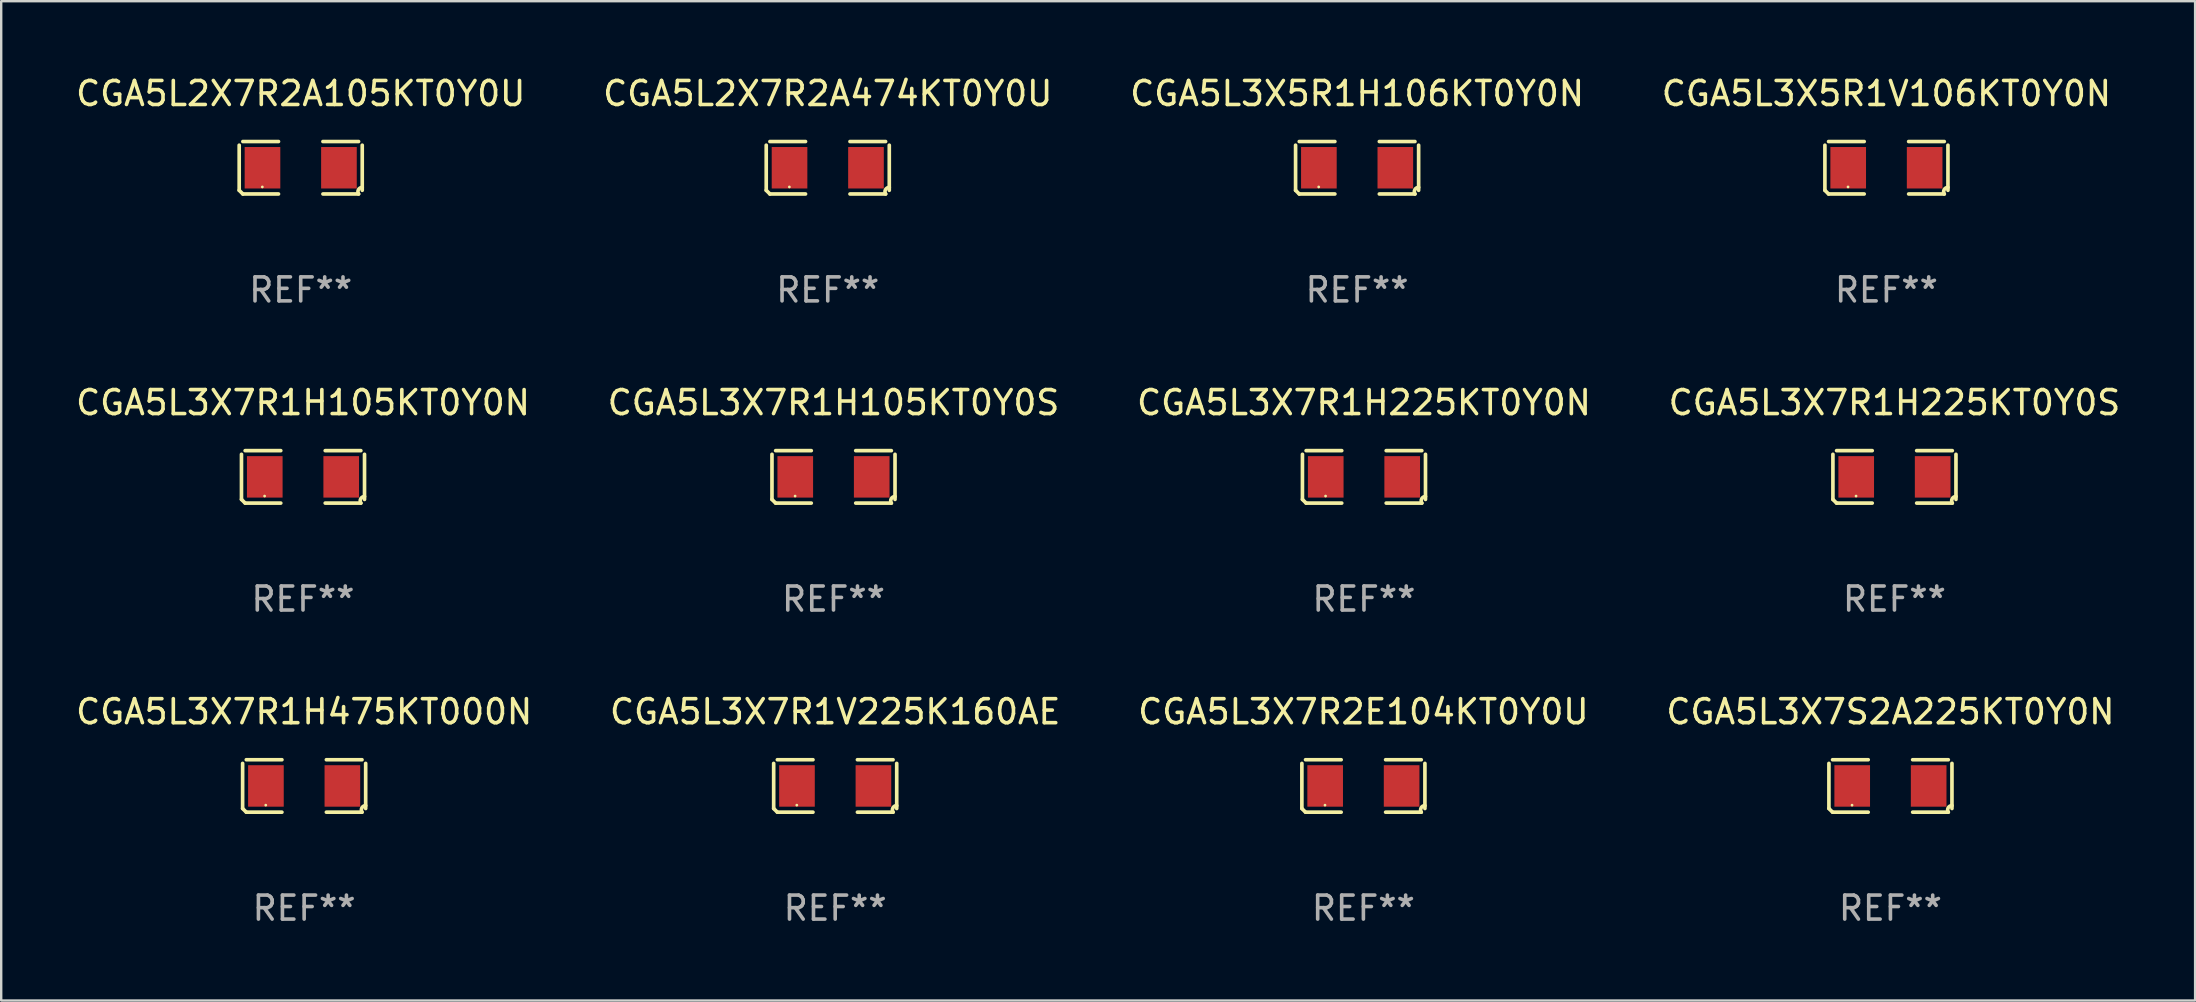
<source format=kicad_pcb>
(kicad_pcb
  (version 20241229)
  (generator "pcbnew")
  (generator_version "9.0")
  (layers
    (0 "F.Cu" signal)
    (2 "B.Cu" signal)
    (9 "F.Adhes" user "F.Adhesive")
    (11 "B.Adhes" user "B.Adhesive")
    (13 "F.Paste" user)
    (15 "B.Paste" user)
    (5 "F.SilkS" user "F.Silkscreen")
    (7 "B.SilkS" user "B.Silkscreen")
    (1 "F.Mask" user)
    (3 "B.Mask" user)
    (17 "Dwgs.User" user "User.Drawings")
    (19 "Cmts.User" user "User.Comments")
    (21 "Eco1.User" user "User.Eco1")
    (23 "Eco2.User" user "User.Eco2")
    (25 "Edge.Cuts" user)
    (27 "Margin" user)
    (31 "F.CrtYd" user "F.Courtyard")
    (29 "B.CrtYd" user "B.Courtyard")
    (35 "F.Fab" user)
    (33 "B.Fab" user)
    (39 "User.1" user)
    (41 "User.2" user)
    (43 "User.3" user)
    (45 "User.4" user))
  (footprint "CGA5L3X7R1H105KT0Y0N"
    (layer "F.Cu")
    (at 9.577 16.823)
    (property "Reference" "CGA5L3X7R1H105KT0Y0N" (at 0 -3.093 0) (layer "F.SilkS") (effects (font (size 1 1) (thickness 0.15))))
    (attr through_hole)
    (fp_line (start -2.564 0.94) (end -2.564 -0.94) (stroke (width 0.152) (type solid)) (layer "F.SilkS"))
    (fp_line (start -2.411 -1.093) (end -0.926 -1.093) (stroke (width 0.152) (type solid)) (layer "F.SilkS"))
    (fp_line (start -0.926 1.093) (end -2.411 1.093) (stroke (width 0.152) (type solid)) (layer "F.SilkS"))
    (fp_line (start 0.926 1.093) (end 2.411 1.093) (stroke (width 0.152) (type solid)) (layer "F.SilkS"))
    (fp_line (start 2.411 -1.093) (end 0.926 -1.093) (stroke (width 0.152) (type solid)) (layer "F.SilkS"))
    (fp_line (start 2.564 0.94) (end 2.564 -0.94) (stroke (width 0.152) (type solid)) (layer "F.SilkS"))
    (fp_arc (start -2.411201 1.092609) (mid -2.487413 1.01642) (end -2.563602 0.940208) (stroke (width 0.1524) (type solid)) (layer "F.SilkS"))
    (fp_arc (start 2.411201 1.092609) (mid 2.407159 0.911226) (end 2.563602 0.819347) (stroke (width 0.1524) (type solid)) (layer "F.SilkS"))
    (fp_circle (center -1.6 0.8) (end -1.57 0.8) (stroke (width 0.06) (type solid)) (fill no) (layer "F.SilkS"))
    (fp_text user "REF**" (at 0 5.093 0) (layer "F.Fab") (effects (font (size 1 1) (thickness 0.15))))
    (pad "1" smd rect (at -1.593 0) (size 1.485 1.728) (layers "F.Cu" "F.Mask" "F.Paste"))
    (pad "2" smd rect (at 1.593 0) (size 1.485 1.728) (layers "F.Cu" "F.Mask" "F.Paste")))
  (footprint "CGA5L3X7R1V225K160AE"
    (layer "F.Cu")
    (at 31.756 29.704)
    (property "Reference" "CGA5L3X7R1V225K160AE" (at 0 -3.093 0) (layer "F.SilkS") (effects (font (size 1 1) (thickness 0.15))))
    (attr through_hole)
    (fp_line (start -2.564 0.94) (end -2.564 -0.94) (stroke (width 0.152) (type solid)) (layer "F.SilkS"))
    (fp_line (start -2.411 -1.093) (end -0.926 -1.093) (stroke (width 0.152) (type solid)) (layer "F.SilkS"))
    (fp_line (start -0.926 1.093) (end -2.411 1.093) (stroke (width 0.152) (type solid)) (layer "F.SilkS"))
    (fp_line (start 0.926 1.093) (end 2.411 1.093) (stroke (width 0.152) (type solid)) (layer "F.SilkS"))
    (fp_line (start 2.411 -1.093) (end 0.926 -1.093) (stroke (width 0.152) (type solid)) (layer "F.SilkS"))
    (fp_line (start 2.564 0.94) (end 2.564 -0.94) (stroke (width 0.152) (type solid)) (layer "F.SilkS"))
    (fp_arc (start -2.411201 1.092609) (mid -2.487413 1.01642) (end -2.563602 0.940208) (stroke (width 0.1524) (type solid)) (layer "F.SilkS"))
    (fp_arc (start 2.411201 1.092609) (mid 2.407159 0.911226) (end 2.563602 0.819347) (stroke (width 0.1524) (type solid)) (layer "F.SilkS"))
    (fp_circle (center -1.6 0.8) (end -1.57 0.8) (stroke (width 0.06) (type solid)) (fill no) (layer "F.SilkS"))
    (fp_text user "REF**" (at 0 5.093 0) (layer "F.Fab") (effects (font (size 1 1) (thickness 0.15))))
    (pad "1" smd rect (at -1.593 0) (size 1.485 1.728) (layers "F.Cu" "F.Mask" "F.Paste"))
    (pad "2" smd rect (at 1.593 0) (size 1.485 1.728) (layers "F.Cu" "F.Mask" "F.Paste")))
  (footprint "CGA5L2X7R2A105KT0Y0U"
    (layer "F.Cu")
    (at 9.482 3.941)
    (property "Reference" "CGA5L2X7R2A105KT0Y0U" (at 0 -3.093 0) (layer "F.SilkS") (effects (font (size 1 1) (thickness 0.15))))
    (attr through_hole)
    (fp_line (start -2.564 0.94) (end -2.564 -0.94) (stroke (width 0.152) (type solid)) (layer "F.SilkS"))
    (fp_line (start -2.411 -1.093) (end -0.926 -1.093) (stroke (width 0.152) (type solid)) (layer "F.SilkS"))
    (fp_line (start -0.926 1.093) (end -2.411 1.093) (stroke (width 0.152) (type solid)) (layer "F.SilkS"))
    (fp_line (start 0.926 1.093) (end 2.411 1.093) (stroke (width 0.152) (type solid)) (layer "F.SilkS"))
    (fp_line (start 2.411 -1.093) (end 0.926 -1.093) (stroke (width 0.152) (type solid)) (layer "F.SilkS"))
    (fp_line (start 2.564 0.94) (end 2.564 -0.94) (stroke (width 0.152) (type solid)) (layer "F.SilkS"))
    (fp_arc (start -2.411201 1.092609) (mid -2.487413 1.01642) (end -2.563602 0.940208) (stroke (width 0.1524) (type solid)) (layer "F.SilkS"))
    (fp_arc (start 2.411201 1.092609) (mid 2.407159 0.911226) (end 2.563602 0.819347) (stroke (width 0.1524) (type solid)) (layer "F.SilkS"))
    (fp_circle (center -1.6 0.8) (end -1.57 0.8) (stroke (width 0.06) (type solid)) (fill no) (layer "F.SilkS"))
    (fp_text user "REF**" (at 0 5.093 0) (layer "F.Fab") (effects (font (size 1 1) (thickness 0.15))))
    (pad "1" smd rect (at -1.593 0) (size 1.485 1.728) (layers "F.Cu" "F.Mask" "F.Paste"))
    (pad "2" smd rect (at 1.593 0) (size 1.485 1.728) (layers "F.Cu" "F.Mask" "F.Paste")))
  (footprint "CGA5L3X7R1H475KT000N"
    (layer "F.Cu")
    (at 9.625 29.704)
    (property "Reference" "CGA5L3X7R1H475KT000N" (at 0 -3.093 0) (layer "F.SilkS") (effects (font (size 1 1) (thickness 0.15))))
    (attr through_hole)
    (fp_line (start -2.564 0.94) (end -2.564 -0.94) (stroke (width 0.152) (type solid)) (layer "F.SilkS"))
    (fp_line (start -2.411 -1.093) (end -0.926 -1.093) (stroke (width 0.152) (type solid)) (layer "F.SilkS"))
    (fp_line (start -0.926 1.093) (end -2.411 1.093) (stroke (width 0.152) (type solid)) (layer "F.SilkS"))
    (fp_line (start 0.926 1.093) (end 2.411 1.093) (stroke (width 0.152) (type solid)) (layer "F.SilkS"))
    (fp_line (start 2.411 -1.093) (end 0.926 -1.093) (stroke (width 0.152) (type solid)) (layer "F.SilkS"))
    (fp_line (start 2.564 0.94) (end 2.564 -0.94) (stroke (width 0.152) (type solid)) (layer "F.SilkS"))
    (fp_arc (start -2.411201 1.092609) (mid -2.487413 1.01642) (end -2.563602 0.940208) (stroke (width 0.1524) (type solid)) (layer "F.SilkS"))
    (fp_arc (start 2.411201 1.092609) (mid 2.407159 0.911226) (end 2.563602 0.819347) (stroke (width 0.1524) (type solid)) (layer "F.SilkS"))
    (fp_circle (center -1.6 0.8) (end -1.57 0.8) (stroke (width 0.06) (type solid)) (fill no) (layer "F.SilkS"))
    (fp_text user "REF**" (at 0 5.093 0) (layer "F.Fab") (effects (font (size 1 1) (thickness 0.15))))
    (pad "1" smd rect (at -1.593 0) (size 1.485 1.728) (layers "F.Cu" "F.Mask" "F.Paste"))
    (pad "2" smd rect (at 1.593 0) (size 1.485 1.728) (layers "F.Cu" "F.Mask" "F.Paste")))
  (footprint "CGA5L3X5R1H106KT0Y0N"
    (layer "F.Cu")
    (at 53.506 3.941)
    (property "Reference" "CGA5L3X5R1H106KT0Y0N" (at 0 -3.093 0) (layer "F.SilkS") (effects (font (size 1 1) (thickness 0.15))))
    (attr through_hole)
    (fp_line (start -2.564 0.94) (end -2.564 -0.94) (stroke (width 0.152) (type solid)) (layer "F.SilkS"))
    (fp_line (start -2.411 -1.093) (end -0.926 -1.093) (stroke (width 0.152) (type solid)) (layer "F.SilkS"))
    (fp_line (start -0.926 1.093) (end -2.411 1.093) (stroke (width 0.152) (type solid)) (layer "F.SilkS"))
    (fp_line (start 0.926 1.093) (end 2.411 1.093) (stroke (width 0.152) (type solid)) (layer "F.SilkS"))
    (fp_line (start 2.411 -1.093) (end 0.926 -1.093) (stroke (width 0.152) (type solid)) (layer "F.SilkS"))
    (fp_line (start 2.564 0.94) (end 2.564 -0.94) (stroke (width 0.152) (type solid)) (layer "F.SilkS"))
    (fp_arc (start -2.411201 1.092609) (mid -2.487413 1.01642) (end -2.563602 0.940208) (stroke (width 0.1524) (type solid)) (layer "F.SilkS"))
    (fp_arc (start 2.411201 1.092609) (mid 2.407159 0.911226) (end 2.563602 0.819347) (stroke (width 0.1524) (type solid)) (layer "F.SilkS"))
    (fp_circle (center -1.6 0.8) (end -1.57 0.8) (stroke (width 0.06) (type solid)) (fill no) (layer "F.SilkS"))
    (fp_text user "REF**" (at 0 5.093 0) (layer "F.Fab") (effects (font (size 1 1) (thickness 0.15))))
    (pad "1" smd rect (at -1.593 0) (size 1.485 1.728) (layers "F.Cu" "F.Mask" "F.Paste"))
    (pad "2" smd rect (at 1.593 0) (size 1.485 1.728) (layers "F.Cu" "F.Mask" "F.Paste")))
  (footprint "CGA5L2X7R2A474KT0Y0U"
    (layer "F.Cu")
    (at 31.446 3.941)
    (property "Reference" "CGA5L2X7R2A474KT0Y0U" (at 0 -3.093 0) (layer "F.SilkS") (effects (font (size 1 1) (thickness 0.15))))
    (attr through_hole)
    (fp_line (start -2.564 0.94) (end -2.564 -0.94) (stroke (width 0.152) (type solid)) (layer "F.SilkS"))
    (fp_line (start -2.411 -1.093) (end -0.926 -1.093) (stroke (width 0.152) (type solid)) (layer "F.SilkS"))
    (fp_line (start -0.926 1.093) (end -2.411 1.093) (stroke (width 0.152) (type solid)) (layer "F.SilkS"))
    (fp_line (start 0.926 1.093) (end 2.411 1.093) (stroke (width 0.152) (type solid)) (layer "F.SilkS"))
    (fp_line (start 2.411 -1.093) (end 0.926 -1.093) (stroke (width 0.152) (type solid)) (layer "F.SilkS"))
    (fp_line (start 2.564 0.94) (end 2.564 -0.94) (stroke (width 0.152) (type solid)) (layer "F.SilkS"))
    (fp_arc (start -2.411201 1.092609) (mid -2.487413 1.01642) (end -2.563602 0.940208) (stroke (width 0.1524) (type solid)) (layer "F.SilkS"))
    (fp_arc (start 2.411201 1.092609) (mid 2.407159 0.911226) (end 2.563602 0.819347) (stroke (width 0.1524) (type solid)) (layer "F.SilkS"))
    (fp_circle (center -1.6 0.8) (end -1.57 0.8) (stroke (width 0.06) (type solid)) (fill no) (layer "F.SilkS"))
    (fp_text user "REF**" (at 0 5.093 0) (layer "F.Fab") (effects (font (size 1 1) (thickness 0.15))))
    (pad "1" smd rect (at -1.593 0) (size 1.485 1.728) (layers "F.Cu" "F.Mask" "F.Paste"))
    (pad "2" smd rect (at 1.593 0) (size 1.485 1.728) (layers "F.Cu" "F.Mask" "F.Paste")))
  (footprint "CGA5L3X7R1H105KT0Y0S"
    (layer "F.Cu")
    (at 31.685 16.823)
    (property "Reference" "CGA5L3X7R1H105KT0Y0S" (at 0 -3.093 0) (layer "F.SilkS") (effects (font (size 1 1) (thickness 0.15))))
    (attr through_hole)
    (fp_line (start -2.564 0.94) (end -2.564 -0.94) (stroke (width 0.152) (type solid)) (layer "F.SilkS"))
    (fp_line (start -2.411 -1.093) (end -0.926 -1.093) (stroke (width 0.152) (type solid)) (layer "F.SilkS"))
    (fp_line (start -0.926 1.093) (end -2.411 1.093) (stroke (width 0.152) (type solid)) (layer "F.SilkS"))
    (fp_line (start 0.926 1.093) (end 2.411 1.093) (stroke (width 0.152) (type solid)) (layer "F.SilkS"))
    (fp_line (start 2.411 -1.093) (end 0.926 -1.093) (stroke (width 0.152) (type solid)) (layer "F.SilkS"))
    (fp_line (start 2.564 0.94) (end 2.564 -0.94) (stroke (width 0.152) (type solid)) (layer "F.SilkS"))
    (fp_arc (start -2.411201 1.092609) (mid -2.487413 1.01642) (end -2.563602 0.940208) (stroke (width 0.1524) (type solid)) (layer "F.SilkS"))
    (fp_arc (start 2.411201 1.092609) (mid 2.407159 0.911226) (end 2.563602 0.819347) (stroke (width 0.1524) (type solid)) (layer "F.SilkS"))
    (fp_circle (center -1.6 0.8) (end -1.57 0.8) (stroke (width 0.06) (type solid)) (fill no) (layer "F.SilkS"))
    (fp_text user "REF**" (at 0 5.093 0) (layer "F.Fab") (effects (font (size 1 1) (thickness 0.15))))
    (pad "1" smd rect (at -1.593 0) (size 1.485 1.728) (layers "F.Cu" "F.Mask" "F.Paste"))
    (pad "2" smd rect (at 1.593 0) (size 1.485 1.728) (layers "F.Cu" "F.Mask" "F.Paste")))
  (footprint "CGA5L3X7R2E104KT0Y0U"
    (layer "F.Cu")
    (at 53.768 29.704)
    (property "Reference" "CGA5L3X7R2E104KT0Y0U" (at 0 -3.093 0) (layer "F.SilkS") (effects (font (size 1 1) (thickness 0.15))))
    (attr through_hole)
    (fp_line (start -2.564 0.94) (end -2.564 -0.94) (stroke (width 0.152) (type solid)) (layer "F.SilkS"))
    (fp_line (start -2.411 -1.093) (end -0.926 -1.093) (stroke (width 0.152) (type solid)) (layer "F.SilkS"))
    (fp_line (start -0.926 1.093) (end -2.411 1.093) (stroke (width 0.152) (type solid)) (layer "F.SilkS"))
    (fp_line (start 0.926 1.093) (end 2.411 1.093) (stroke (width 0.152) (type solid)) (layer "F.SilkS"))
    (fp_line (start 2.411 -1.093) (end 0.926 -1.093) (stroke (width 0.152) (type solid)) (layer "F.SilkS"))
    (fp_line (start 2.564 0.94) (end 2.564 -0.94) (stroke (width 0.152) (type solid)) (layer "F.SilkS"))
    (fp_arc (start -2.411201 1.092609) (mid -2.487413 1.01642) (end -2.563602 0.940208) (stroke (width 0.1524) (type solid)) (layer "F.SilkS"))
    (fp_arc (start 2.411201 1.092609) (mid 2.407159 0.911226) (end 2.563602 0.819347) (stroke (width 0.1524) (type solid)) (layer "F.SilkS"))
    (fp_circle (center -1.6 0.8) (end -1.57 0.8) (stroke (width 0.06) (type solid)) (fill no) (layer "F.SilkS"))
    (fp_text user "REF**" (at 0 5.093 0) (layer "F.Fab") (effects (font (size 1 1) (thickness 0.15))))
    (pad "1" smd rect (at -1.593 0) (size 1.485 1.728) (layers "F.Cu" "F.Mask" "F.Paste"))
    (pad "2" smd rect (at 1.593 0) (size 1.485 1.728) (layers "F.Cu" "F.Mask" "F.Paste")))
  (footprint "CGA5L3X7R1H225KT0Y0S"
    (layer "F.Cu")
    (at 75.899 16.823)
    (property "Reference" "CGA5L3X7R1H225KT0Y0S" (at 0 -3.093 0) (layer "F.SilkS") (effects (font (size 1 1) (thickness 0.15))))
    (attr through_hole)
    (fp_line (start -2.564 0.94) (end -2.564 -0.94) (stroke (width 0.152) (type solid)) (layer "F.SilkS"))
    (fp_line (start -2.411 -1.093) (end -0.926 -1.093) (stroke (width 0.152) (type solid)) (layer "F.SilkS"))
    (fp_line (start -0.926 1.093) (end -2.411 1.093) (stroke (width 0.152) (type solid)) (layer "F.SilkS"))
    (fp_line (start 0.926 1.093) (end 2.411 1.093) (stroke (width 0.152) (type solid)) (layer "F.SilkS"))
    (fp_line (start 2.411 -1.093) (end 0.926 -1.093) (stroke (width 0.152) (type solid)) (layer "F.SilkS"))
    (fp_line (start 2.564 0.94) (end 2.564 -0.94) (stroke (width 0.152) (type solid)) (layer "F.SilkS"))
    (fp_arc (start -2.411201 1.092609) (mid -2.487413 1.01642) (end -2.563602 0.940208) (stroke (width 0.1524) (type solid)) (layer "F.SilkS"))
    (fp_arc (start 2.411201 1.092609) (mid 2.407159 0.911226) (end 2.563602 0.819347) (stroke (width 0.1524) (type solid)) (layer "F.SilkS"))
    (fp_circle (center -1.6 0.8) (end -1.57 0.8) (stroke (width 0.06) (type solid)) (fill no) (layer "F.SilkS"))
    (fp_text user "REF**" (at 0 5.093 0) (layer "F.Fab") (effects (font (size 1 1) (thickness 0.15))))
    (pad "1" smd rect (at -1.593 0) (size 1.485 1.728) (layers "F.Cu" "F.Mask" "F.Paste"))
    (pad "2" smd rect (at 1.593 0) (size 1.485 1.728) (layers "F.Cu" "F.Mask" "F.Paste")))
  (footprint "CGA5L3X7R1H225KT0Y0N"
    (layer "F.Cu")
    (at 53.792 16.823)
    (property "Reference" "CGA5L3X7R1H225KT0Y0N" (at 0 -3.093 0) (layer "F.SilkS") (effects (font (size 1 1) (thickness 0.15))))
    (attr through_hole)
    (fp_line (start -2.564 0.94) (end -2.564 -0.94) (stroke (width 0.152) (type solid)) (layer "F.SilkS"))
    (fp_line (start -2.411 -1.093) (end -0.926 -1.093) (stroke (width 0.152) (type solid)) (layer "F.SilkS"))
    (fp_line (start -0.926 1.093) (end -2.411 1.093) (stroke (width 0.152) (type solid)) (layer "F.SilkS"))
    (fp_line (start 0.926 1.093) (end 2.411 1.093) (stroke (width 0.152) (type solid)) (layer "F.SilkS"))
    (fp_line (start 2.411 -1.093) (end 0.926 -1.093) (stroke (width 0.152) (type solid)) (layer "F.SilkS"))
    (fp_line (start 2.564 0.94) (end 2.564 -0.94) (stroke (width 0.152) (type solid)) (layer "F.SilkS"))
    (fp_arc (start -2.411201 1.092609) (mid -2.487413 1.01642) (end -2.563602 0.940208) (stroke (width 0.1524) (type solid)) (layer "F.SilkS"))
    (fp_arc (start 2.411201 1.092609) (mid 2.407159 0.911226) (end 2.563602 0.819347) (stroke (width 0.1524) (type solid)) (layer "F.SilkS"))
    (fp_circle (center -1.6 0.8) (end -1.57 0.8) (stroke (width 0.06) (type solid)) (fill no) (layer "F.SilkS"))
    (fp_text user "REF**" (at 0 5.093 0) (layer "F.Fab") (effects (font (size 1 1) (thickness 0.15))))
    (pad "1" smd rect (at -1.593 0) (size 1.485 1.728) (layers "F.Cu" "F.Mask" "F.Paste"))
    (pad "2" smd rect (at 1.593 0) (size 1.485 1.728) (layers "F.Cu" "F.Mask" "F.Paste")))
  (footprint "CGA5L3X7S2A225KT0Y0N"
    (layer "F.Cu")
    (at 75.732 29.704)
    (property "Reference" "CGA5L3X7S2A225KT0Y0N" (at 0 -3.093 0) (layer "F.SilkS") (effects (font (size 1 1) (thickness 0.15))))
    (attr through_hole)
    (fp_line (start -2.564 0.94) (end -2.564 -0.94) (stroke (width 0.152) (type solid)) (layer "F.SilkS"))
    (fp_line (start -2.411 -1.093) (end -0.926 -1.093) (stroke (width 0.152) (type solid)) (layer "F.SilkS"))
    (fp_line (start -0.926 1.093) (end -2.411 1.093) (stroke (width 0.152) (type solid)) (layer "F.SilkS"))
    (fp_line (start 0.926 1.093) (end 2.411 1.093) (stroke (width 0.152) (type solid)) (layer "F.SilkS"))
    (fp_line (start 2.411 -1.093) (end 0.926 -1.093) (stroke (width 0.152) (type solid)) (layer "F.SilkS"))
    (fp_line (start 2.564 0.94) (end 2.564 -0.94) (stroke (width 0.152) (type solid)) (layer "F.SilkS"))
    (fp_arc (start -2.411201 1.092609) (mid -2.487413 1.01642) (end -2.563602 0.940208) (stroke (width 0.1524) (type solid)) (layer "F.SilkS"))
    (fp_arc (start 2.411201 1.092609) (mid 2.407159 0.911226) (end 2.563602 0.819347) (stroke (width 0.1524) (type solid)) (layer "F.SilkS"))
    (fp_circle (center -1.6 0.8) (end -1.57 0.8) (stroke (width 0.06) (type solid)) (fill no) (layer "F.SilkS"))
    (fp_text user "REF**" (at 0 5.093 0) (layer "F.Fab") (effects (font (size 1 1) (thickness 0.15))))
    (pad "1" smd rect (at -1.593 0) (size 1.485 1.728) (layers "F.Cu" "F.Mask" "F.Paste"))
    (pad "2" smd rect (at 1.593 0) (size 1.485 1.728) (layers "F.Cu" "F.Mask" "F.Paste")))
  (footprint "CGA5L3X5R1V106KT0Y0N"
    (layer "F.Cu")
    (at 75.565 3.941)
    (property "Reference" "CGA5L3X5R1V106KT0Y0N" (at 0 -3.093 0) (layer "F.SilkS") (effects (font (size 1 1) (thickness 0.15))))
    (attr through_hole)
    (fp_line (start -2.564 0.94) (end -2.564 -0.94) (stroke (width 0.152) (type solid)) (layer "F.SilkS"))
    (fp_line (start -2.411 -1.093) (end -0.926 -1.093) (stroke (width 0.152) (type solid)) (layer "F.SilkS"))
    (fp_line (start -0.926 1.093) (end -2.411 1.093) (stroke (width 0.152) (type solid)) (layer "F.SilkS"))
    (fp_line (start 0.926 1.093) (end 2.411 1.093) (stroke (width 0.152) (type solid)) (layer "F.SilkS"))
    (fp_line (start 2.411 -1.093) (end 0.926 -1.093) (stroke (width 0.152) (type solid)) (layer "F.SilkS"))
    (fp_line (start 2.564 0.94) (end 2.564 -0.94) (stroke (width 0.152) (type solid)) (layer "F.SilkS"))
    (fp_arc (start -2.411201 1.092609) (mid -2.487413 1.01642) (end -2.563602 0.940208) (stroke (width 0.1524) (type solid)) (layer "F.SilkS"))
    (fp_arc (start 2.411201 1.092609) (mid 2.407159 0.911226) (end 2.563602 0.819347) (stroke (width 0.1524) (type solid)) (layer "F.SilkS"))
    (fp_circle (center -1.6 0.8) (end -1.57 0.8) (stroke (width 0.06) (type solid)) (fill no) (layer "F.SilkS"))
    (fp_text user "REF**" (at 0 5.093 0) (layer "F.Fab") (effects (font (size 1 1) (thickness 0.15))))
    (pad "1" smd rect (at -1.593 0) (size 1.485 1.728) (layers "F.Cu" "F.Mask" "F.Paste"))
    (pad "2" smd rect (at 1.593 0) (size 1.485 1.728) (layers "F.Cu" "F.Mask" "F.Paste")))
  (gr_rect
    (start -3 -3)
    (end 88.429 38.645)
    (stroke (width 0.1) (type default))
    (fill no)
    (layer "Edge.Cuts")))
</source>
